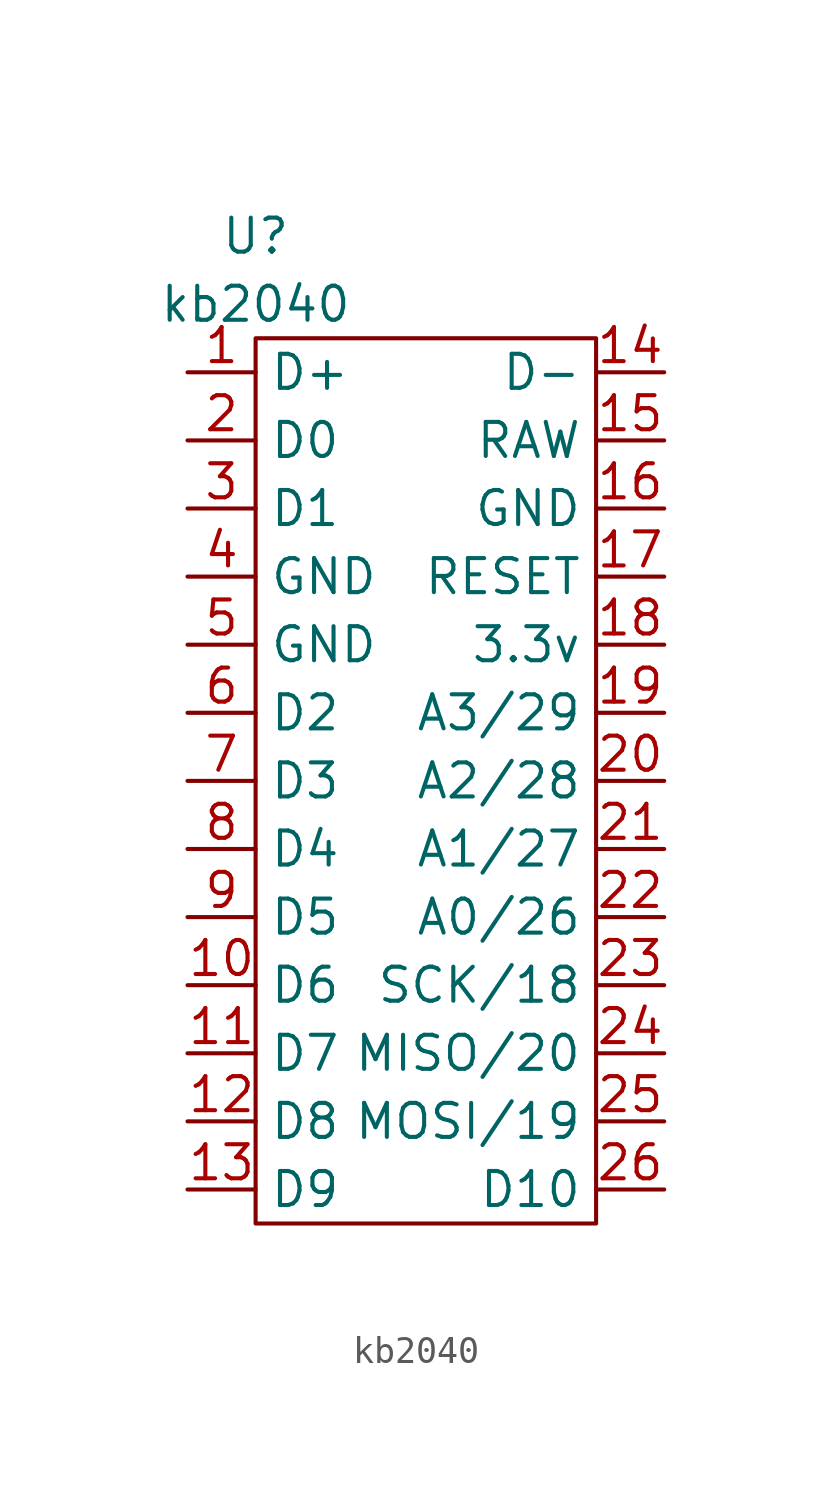
<source format=kicad_sym>
(kicad_symbol_lib
  (version 20211014)
  (generator kicad_symbol_editor)
  (symbol "kb2040"
    (property "Reference" "U"
      (at 0 0 0)
      (effects (font (size 1.27 1.27))))
    (property "Value" "kb2040"
      (at 0 -2.54 0)
      (effects (font (size 1.27 1.27))))
    (symbol "kb2040_0_1"
      (rectangle (start 0 -3.81) (end 12.7 -36.83) (stroke (width 0.152) (type default) (color 0 0 0 0)) (fill (type none))))
    (symbol "kb2040_1_1"
      (pin bidirectional line (at -2.54 -5.08 0) (length 2.54) (name "D+" (effects (font (size 1.27 1.27)))) (number "1" (effects (font (size 1.27 1.27)))))
      (pin bidirectional line (at -2.54 -27.94 0) (length 2.54) (name "D6" (effects (font (size 1.27 1.27)))) (number "10" (effects (font (size 1.27 1.27)))))
      (pin bidirectional line (at -2.54 -30.48 0) (length 2.54) (name "D7" (effects (font (size 1.27 1.27)))) (number "11" (effects (font (size 1.27 1.27)))))
      (pin bidirectional line (at -2.54 -33.02 0) (length 2.54) (name "D8" (effects (font (size 1.27 1.27)))) (number "12" (effects (font (size 1.27 1.27)))))
      (pin bidirectional line (at -2.54 -35.56 0) (length 2.54) (name "D9" (effects (font (size 1.27 1.27)))) (number "13" (effects (font (size 1.27 1.27)))))
      (pin bidirectional line (at 15.24 -5.08 180) (length 2.54) (name "D-" (effects (font (size 1.27 1.27)))) (number "14" (effects (font (size 1.27 1.27)))))
      (pin bidirectional line (at 15.24 -7.62 180) (length 2.54) (name "RAW" (effects (font (size 1.27 1.27)))) (number "15" (effects (font (size 1.27 1.27)))))
      (pin bidirectional line (at 15.24 -10.16 180) (length 2.54) (name "GND" (effects (font (size 1.27 1.27)))) (number "16" (effects (font (size 1.27 1.27)))))
      (pin bidirectional line (at 15.24 -12.7 180) (length 2.54) (name "RESET" (effects (font (size 1.27 1.27)))) (number "17" (effects (font (size 1.27 1.27)))))
      (pin bidirectional line (at 15.24 -15.24 180) (length 2.54) (name "3.3v" (effects (font (size 1.27 1.27)))) (number "18" (effects (font (size 1.27 1.27)))))
      (pin bidirectional line (at 15.24 -17.78 180) (length 2.54) (name "A3/29" (effects (font (size 1.27 1.27)))) (number "19" (effects (font (size 1.27 1.27)))))
      (pin bidirectional line (at -2.54 -7.62 0) (length 2.54) (name "D0" (effects (font (size 1.27 1.27)))) (number "2" (effects (font (size 1.27 1.27)))))
      (pin bidirectional line (at 15.24 -20.32 180) (length 2.54) (name "A2/28" (effects (font (size 1.27 1.27)))) (number "20" (effects (font (size 1.27 1.27)))))
      (pin bidirectional line (at 15.24 -22.86 180) (length 2.54) (name "A1/27" (effects (font (size 1.27 1.27)))) (number "21" (effects (font (size 1.27 1.27)))))
      (pin bidirectional line (at 15.24 -25.4 180) (length 2.54) (name "A0/26" (effects (font (size 1.27 1.27)))) (number "22" (effects (font (size 1.27 1.27)))))
      (pin bidirectional line (at 15.24 -27.94 180) (length 2.54) (name "SCK/18" (effects (font (size 1.27 1.27)))) (number "23" (effects (font (size 1.27 1.27)))))
      (pin bidirectional line (at 15.24 -30.48 180) (length 2.54) (name "MISO/20" (effects (font (size 1.27 1.27)))) (number "24" (effects (font (size 1.27 1.27)))))
      (pin bidirectional line (at 15.24 -33.02 180) (length 2.54) (name "MOSI/19" (effects (font (size 1.27 1.27)))) (number "25" (effects (font (size 1.27 1.27)))))
      (pin bidirectional line (at 15.24 -35.56 180) (length 2.54) (name "D10" (effects (font (size 1.27 1.27)))) (number "26" (effects (font (size 1.27 1.27)))))
      (pin bidirectional line (at -2.54 -10.16 0) (length 2.54) (name "D1" (effects (font (size 1.27 1.27)))) (number "3" (effects (font (size 1.27 1.27)))))
      (pin bidirectional line (at -2.54 -12.7 0) (length 2.54) (name "GND" (effects (font (size 1.27 1.27)))) (number "4" (effects (font (size 1.27 1.27)))))
      (pin bidirectional line (at -2.54 -15.24 0) (length 2.54) (name "GND" (effects (font (size 1.27 1.27)))) (number "5" (effects (font (size 1.27 1.27)))))
      (pin bidirectional line (at -2.54 -17.78 0) (length 2.54) (name "D2" (effects (font (size 1.27 1.27)))) (number "6" (effects (font (size 1.27 1.27)))))
      (pin bidirectional line (at -2.54 -20.32 0) (length 2.54) (name "D3" (effects (font (size 1.27 1.27)))) (number "7" (effects (font (size 1.27 1.27)))))
      (pin bidirectional line (at -2.54 -22.86 0) (length 2.54) (name "D4" (effects (font (size 1.27 1.27)))) (number "8" (effects (font (size 1.27 1.27)))))
      (pin bidirectional line (at -2.54 -25.4 0) (length 2.54) (name "D5" (effects (font (size 1.27 1.27)))) (number "9" (effects (font (size 1.27 1.27))))))))
</source>
